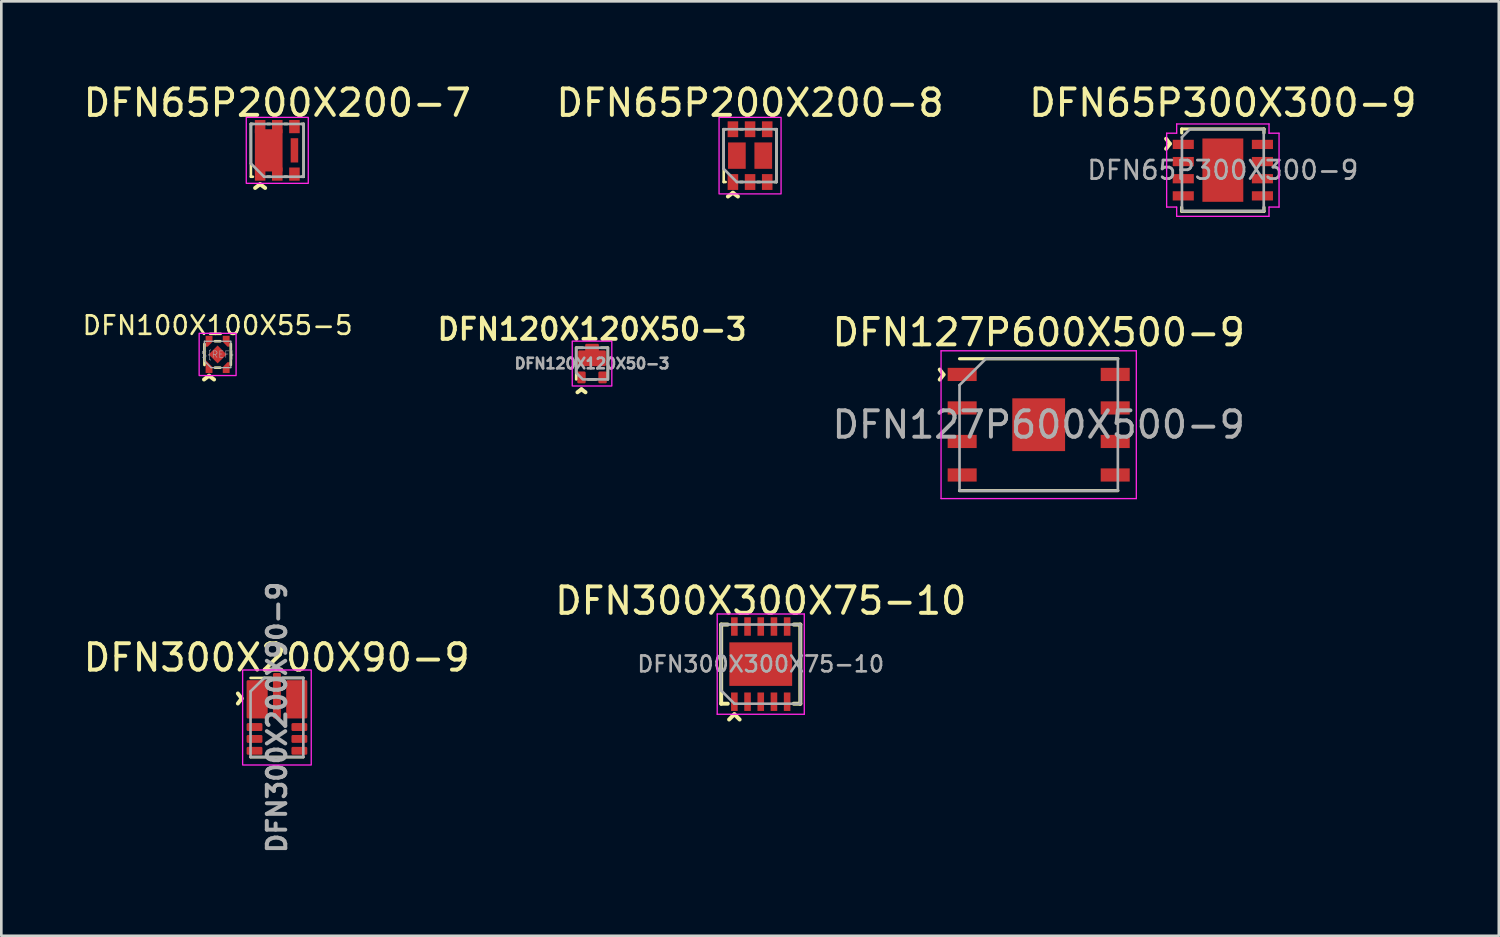
<source format=kicad_pcb>
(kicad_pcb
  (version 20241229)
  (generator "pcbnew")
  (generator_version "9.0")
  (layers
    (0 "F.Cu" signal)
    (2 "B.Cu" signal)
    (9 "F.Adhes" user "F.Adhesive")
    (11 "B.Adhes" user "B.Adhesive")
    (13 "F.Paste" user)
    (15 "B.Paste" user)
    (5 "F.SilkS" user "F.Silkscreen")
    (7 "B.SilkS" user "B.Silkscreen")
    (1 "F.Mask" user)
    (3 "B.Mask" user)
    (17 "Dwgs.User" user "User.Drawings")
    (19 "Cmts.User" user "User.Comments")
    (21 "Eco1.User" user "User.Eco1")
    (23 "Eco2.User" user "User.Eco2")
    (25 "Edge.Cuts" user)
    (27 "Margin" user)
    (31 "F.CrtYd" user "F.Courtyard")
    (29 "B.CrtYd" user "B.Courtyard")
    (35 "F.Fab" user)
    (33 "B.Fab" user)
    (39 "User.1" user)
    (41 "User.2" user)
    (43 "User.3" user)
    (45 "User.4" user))
  (footprint "DFN300X200X90-9"
    (layer "F.Cu")
    (at 7.445 24.141)
    (property "Reference" "DFN300X200X90-9" (at -0.01 -2.27 0) (unlocked yes) (layer "F.SilkS") (effects (font (size 1 1) (thickness 0.15))))
    (attr smd)
    (fp_line (start -0.22 -1.5) (end -1 -1.5) (stroke (width 0.1) (type solid)) (layer "F.SilkS"))
    (fp_line (start 0.22 -1.5) (end 1 -1.5) (stroke (width 0.1) (type solid)) (layer "F.SilkS"))
    (fp_line (start 1 1.5) (end -1 1.5) (stroke (width 0.1) (type solid)) (layer "F.SilkS"))
    (fp_rect (start -1.3 -1.8) (end 1.3 1.8) (stroke (width 0.05) (type solid)) (fill no) (layer "F.CrtYd"))
    (fp_line (start -1 -0.99) (end -1 1.5) (stroke (width 0.1) (type solid)) (layer "F.Fab"))
    (fp_line (start -1 1.5) (end 1 1.5) (stroke (width 0.1) (type solid)) (layer "F.Fab"))
    (fp_line (start -0.48 -1.5) (end -1 -0.99) (stroke (width 0.1) (type solid)) (layer "F.Fab"))
    (fp_line (start 1 -1.5) (end -0.48 -1.5) (stroke (width 0.1) (type solid)) (layer "F.Fab"))
    (fp_line (start 1 1.5) (end 1 -1.5) (stroke (width 0.1) (type solid)) (layer "F.Fab"))
    (fp_text user "^" (at -1.93 -0.72 270) (unlocked yes) (layer "F.SilkS") (effects (font (size 1 1) (thickness 0.15))))
    (fp_text user "${REFERENCE}" (at 0 0 90) (unlocked yes) (layer "F.Fab") (effects (font (size 0.7 0.7) (thickness 0.15))))
    (pad "1" smd roundrect (at -0.75 -0.688) (size 0.8 1.45) (layers "F.Cu" "F.Mask" "F.Paste") (roundrect_rratio 0.062))
    (pad "2" smd roundrect (at -0.85 0.362) (size 0.6 0.3) (layers "F.Cu" "F.Mask" "F.Paste") (roundrect_rratio 0.167))
    (pad "3" smd roundrect (at -0.85 0.812) (size 0.6 0.3) (layers "F.Cu" "F.Mask" "F.Paste") (roundrect_rratio 0.167))
    (pad "4" smd roundrect (at -0.85 1.262) (size 0.6 0.3) (layers "F.Cu" "F.Mask" "F.Paste") (roundrect_rratio 0.167))
    (pad "5" smd roundrect (at 0.85 1.262) (size 0.6 0.3) (layers "F.Cu" "F.Mask" "F.Paste") (roundrect_rratio 0.167))
    (pad "6" smd roundrect (at 0.85 0.812) (size 0.6 0.3) (layers "F.Cu" "F.Mask" "F.Paste") (roundrect_rratio 0.167))
    (pad "7" smd roundrect (at 0.85 0.362) (size 0.6 0.3) (layers "F.Cu" "F.Mask" "F.Paste") (roundrect_rratio 0.167))
    (pad "8" smd roundrect (at 0.75 -0.688) (size 0.8 1.45) (layers "F.Cu" "F.Mask" "F.Paste") (roundrect_rratio 0.062))
    (pad "9" smd roundrect (at 0 -0.825) (size 0.3 1.725) (layers "F.Cu" "F.Mask" "F.Paste") (roundrect_rratio 0.167)))
  (footprint "DFN127P600X500-9"
    (layer "F.Cu")
    (at 36.313 13.045)
    (property "Reference" "DFN127P600X500-9" (at 0 -3.5 0) (layer "F.SilkS") (effects (font (size 1 1) (thickness 0.15))))
    (attr smd)
    (fp_line (start -3 -2.5) (end 3 -2.5) (stroke (width 0.12) (type solid)) (layer "F.SilkS"))
    (fp_line (start -3 2.5) (end 3 2.5) (stroke (width 0.12) (type solid)) (layer "F.SilkS"))
    (fp_line (start -3.7 -2.8) (end 3.7 -2.8) (stroke (width 0.05) (type solid)) (layer "F.CrtYd"))
    (fp_line (start -3.7 2.8) (end -3.7 -2.8) (stroke (width 0.05) (type solid)) (layer "F.CrtYd"))
    (fp_line (start 3.7 -2.8) (end 3.7 2.8) (stroke (width 0.05) (type solid)) (layer "F.CrtYd"))
    (fp_line (start 3.7 2.8) (end -3.7 2.8) (stroke (width 0.05) (type solid)) (layer "F.CrtYd"))
    (fp_line (start -3 2.5) (end -3 -1.5) (stroke (width 0.1) (type solid)) (layer "F.Fab"))
    (fp_line (start -2 -2.5) (end -3 -1.5) (stroke (width 0.1) (type solid)) (layer "F.Fab"))
    (fp_line (start -2 -2.5) (end 3 -2.5) (stroke (width 0.1) (type solid)) (layer "F.Fab"))
    (fp_line (start 3 -2.5) (end 3 2.5) (stroke (width 0.1) (type solid)) (layer "F.Fab"))
    (fp_line (start 3 2.5) (end -3 2.5) (stroke (width 0.1) (type solid)) (layer "F.Fab"))
    (fp_text user "^" (at -4.2 -1.9 270) (unlocked yes) (layer "F.SilkS") (effects (font (size 1 1) (thickness 0.15))))
    (fp_text user "${REFERENCE}" (at 0 0 0) (layer "F.Fab") (effects (font (size 1 1) (thickness 0.15))))
    (pad "" smd rect (at -0.5 -0.5 270) (size 0.8 0.8) (layers "F.Paste"))
    (pad "" smd rect (at -0.5 0.5 270) (size 0.8 0.8) (layers "F.Paste"))
    (pad "" smd rect (at 0.5 -0.5 270) (size 0.8 0.8) (layers "F.Paste"))
    (pad "" smd rect (at 0.5 0.5 270) (size 0.8 0.8) (layers "F.Paste"))
    (pad "1" smd rect (at -2.9 -1.905 270) (size 0.5 1.1) (layers "F.Cu" "F.Mask" "F.Paste"))
    (pad "2" smd rect (at -2.9 -0.635 270) (size 0.5 1.1) (layers "F.Cu" "F.Mask" "F.Paste"))
    (pad "3" smd rect (at -2.9 0.635 270) (size 0.5 1.1) (layers "F.Cu" "F.Mask" "F.Paste"))
    (pad "4" smd rect (at -2.9 1.905 270) (size 0.5 1.1) (layers "F.Cu" "F.Mask" "F.Paste"))
    (pad "5" smd rect (at 2.9 1.905 270) (size 0.5 1.1) (layers "F.Cu" "F.Mask" "F.Paste"))
    (pad "6" smd rect (at 2.9 0.635 270) (size 0.5 1.1) (layers "F.Cu" "F.Mask" "F.Paste"))
    (pad "7" smd rect (at 2.9 -0.635 270) (size 0.5 1.1) (layers "F.Cu" "F.Mask" "F.Paste"))
    (pad "8" smd rect (at 2.9 -1.905 270) (size 0.5 1.1) (layers "F.Cu" "F.Mask" "F.Paste"))
    (pad "9" smd rect (at 0 0 270) (size 2 2) (layers "F.Cu" "F.Mask")))
  (footprint "DFN65P300X300-9"
    (layer "F.Cu")
    (at 43.292 3.398)
    (property "Reference" "DFN65P300X300-9" (at 0 -2.55 0) (layer "F.SilkS") (effects (font (size 1 1) (thickness 0.15))))
    (attr smd)
    (fp_line (start -1.56 -1.56) (end -1.56 -1.41) (stroke (width 0.12) (type solid)) (layer "F.SilkS"))
    (fp_line (start -1.56 -1.56) (end 1.56 -1.56) (stroke (width 0.12) (type solid)) (layer "F.SilkS"))
    (fp_line (start -1.56 1.56) (end -1.56 1.41) (stroke (width 0.12) (type solid)) (layer "F.SilkS"))
    (fp_line (start -1.56 1.56) (end 1.56 1.56) (stroke (width 0.12) (type solid)) (layer "F.SilkS"))
    (fp_line (start 1.56 -1.56) (end 1.56 -1.41) (stroke (width 0.12) (type solid)) (layer "F.SilkS"))
    (fp_line (start 1.56 1.56) (end 1.56 1.41) (stroke (width 0.12) (type solid)) (layer "F.SilkS"))
    (fp_line (start -2.13 -1.4) (end -2.13 1.4) (stroke (width 0.05) (type solid)) (layer "F.CrtYd"))
    (fp_line (start -1.75 -1.75) (end -1.75 -1.4) (stroke (width 0.05) (type solid)) (layer "F.CrtYd"))
    (fp_line (start -1.75 -1.75) (end 1.75 -1.75) (stroke (width 0.05) (type solid)) (layer "F.CrtYd"))
    (fp_line (start -1.75 -1.4) (end -2.13 -1.4) (stroke (width 0.05) (type solid)) (layer "F.CrtYd"))
    (fp_line (start -1.75 1.4) (end -2.13 1.4) (stroke (width 0.05) (type solid)) (layer "F.CrtYd"))
    (fp_line (start -1.75 1.75) (end -1.75 1.4) (stroke (width 0.05) (type solid)) (layer "F.CrtYd"))
    (fp_line (start -1.75 1.75) (end 1.75 1.75) (stroke (width 0.05) (type solid)) (layer "F.CrtYd"))
    (fp_line (start 1.75 -1.75) (end 1.75 -1.4) (stroke (width 0.05) (type solid)) (layer "F.CrtYd"))
    (fp_line (start 1.75 -1.4) (end 2.13 -1.4) (stroke (width 0.05) (type solid)) (layer "F.CrtYd"))
    (fp_line (start 1.75 1.4) (end 2.13 1.4) (stroke (width 0.05) (type solid)) (layer "F.CrtYd"))
    (fp_line (start 1.75 1.75) (end 1.75 1.4) (stroke (width 0.05) (type solid)) (layer "F.CrtYd"))
    (fp_line (start 2.13 -1.4) (end 2.13 1.4) (stroke (width 0.05) (type solid)) (layer "F.CrtYd"))
    (fp_line (start -1.55 -1.25) (end -1.55 1.55) (stroke (width 0.1) (type solid)) (layer "F.Fab"))
    (fp_line (start -1.55 1.55) (end 1.55 1.55) (stroke (width 0.1) (type solid)) (layer "F.Fab"))
    (fp_line (start -1.25 -1.55) (end -1.55 -1.25) (stroke (width 0.1) (type solid)) (layer "F.Fab"))
    (fp_line (start 1.55 -1.55) (end -1.25 -1.55) (stroke (width 0.1) (type solid)) (layer "F.Fab"))
    (fp_line (start 1.55 1.55) (end 1.55 -1.55) (stroke (width 0.1) (type solid)) (layer "F.Fab"))
    (fp_text user "^" (at -2.6 -1 270) (unlocked yes) (layer "F.SilkS") (effects (font (size 1 1) (thickness 0.15))))
    (fp_text user "${REFERENCE}" (at 0 0 0) (layer "F.Fab") (effects (font (size 0.7 0.7) (thickness 0.105))))
    (pad "" smd rect (at -0.45 -0.675) (size 0.6 1) (layers "F.Paste"))
    (pad "" smd rect (at -0.45 0.675) (size 0.6 1) (layers "F.Paste"))
    (pad "" smd rect (at 0.45 -0.675) (size 0.6 1) (layers "F.Paste"))
    (pad "" smd rect (at 0.45 0.675) (size 0.6 1) (layers "F.Paste"))
    (pad "1" smd rect (at -1.5 -0.975) (size 0.8 0.35) (layers "F.Cu" "F.Mask" "F.Paste"))
    (pad "2" smd rect (at -1.5 -0.325) (size 0.8 0.35) (layers "F.Cu" "F.Mask" "F.Paste"))
    (pad "3" smd rect (at -1.5 0.325) (size 0.8 0.35) (layers "F.Cu" "F.Mask" "F.Paste"))
    (pad "4" smd rect (at -1.5 0.975) (size 0.8 0.35) (layers "F.Cu" "F.Mask" "F.Paste"))
    (pad "5" smd rect (at 1.5 0.975) (size 0.8 0.35) (layers "F.Cu" "F.Mask" "F.Paste"))
    (pad "6" smd rect (at 1.5 0.325) (size 0.8 0.35) (layers "F.Cu" "F.Mask" "F.Paste"))
    (pad "7" smd rect (at 1.5 -0.325) (size 0.8 0.35) (layers "F.Cu" "F.Mask" "F.Paste"))
    (pad "8" smd rect (at 1.5 -0.975) (size 0.8 0.35) (layers "F.Cu" "F.Mask" "F.Paste"))
    (pad "9" smd rect (at 0 0) (size 1.55 2.4) (layers "F.Cu" "F.Mask")))
  (footprint "DFN65P200X200-7"
    (layer "F.Cu")
    (at 7.458 2.648)
    (property "Reference" "DFN65P200X200-7" (at 0 -1.8 0) (unlocked yes) (layer "F.SilkS") (effects (font (size 1 1) (thickness 0.15))))
    (attr smd)
    (fp_line (start -1 -1) (end -1 1) (stroke (width 0.1) (type solid)) (layer "F.SilkS"))
    (fp_line (start -1 1) (end -0.925 1) (stroke (width 0.1) (type solid)) (layer "F.SilkS"))
    (fp_line (start -0.925 -1) (end -1 -1) (stroke (width 0.1) (type solid)) (layer "F.SilkS"))
    (fp_line (start -0.375 1) (end -0.275 1) (stroke (width 0.1) (type solid)) (layer "F.SilkS"))
    (fp_line (start -0.275 -1) (end -0.375 -1) (stroke (width 0.1) (type solid)) (layer "F.SilkS"))
    (fp_line (start 0.375 -1) (end 0.275 -1) (stroke (width 0.1) (type solid)) (layer "F.SilkS"))
    (fp_line (start 0.375 1) (end 0.275 1) (stroke (width 0.1) (type solid)) (layer "F.SilkS"))
    (fp_line (start 1 -1) (end 0.925 -1) (stroke (width 0.1) (type solid)) (layer "F.SilkS"))
    (fp_line (start 1 -1) (end 1 1) (stroke (width 0.1) (type solid)) (layer "F.SilkS"))
    (fp_line (start 1 1) (end 0.925 1) (stroke (width 0.1) (type solid)) (layer "F.SilkS"))
    (fp_rect (start -0.775 -0.35) (end 0.125 0.35) (stroke (width 0.1) (type solid)) (fill yes) (layer "F.Paste"))
    (fp_rect (start -1.175 -1.25) (end 1.175 1.25) (stroke (width 0.05) (type solid)) (fill no) (layer "F.CrtYd"))
    (fp_line (start -1 -1) (end -1 0.5) (stroke (width 0.1) (type solid)) (layer "F.Fab"))
    (fp_line (start -1 -1) (end 1 -1) (stroke (width 0.1) (type solid)) (layer "F.Fab"))
    (fp_line (start -1 0.5) (end -0.5 1) (stroke (width 0.1) (type solid)) (layer "F.Fab"))
    (fp_line (start 1 -1) (end 1 1) (stroke (width 0.1) (type solid)) (layer "F.Fab"))
    (fp_line (start 1 1) (end -0.5 1) (stroke (width 0.1) (type solid)) (layer "F.Fab"))
    (fp_text user "^" (at -0.65 1.875 0) (unlocked yes) (layer "F.SilkS") (effects (font (size 1 1) (thickness 0.15))))
    (pad "1" smd rect (at -0.65 0.9) (size 0.4 0.5) (layers "F.Cu" "F.Mask" "F.Paste"))
    (pad "1" smd rect (at -0.325 0) (size 1.05 1.6) (layers "F.Cu" "F.Mask"))
    (pad "2" smd rect (at 0 0.9) (size 0.4 0.5) (layers "F.Cu" "F.Mask" "F.Paste"))
    (pad "3" smd rect (at 0.65 0.9) (size 0.4 0.5) (layers "F.Cu" "F.Mask" "F.Paste"))
    (pad "4" smd rect (at 0.65 -0.9) (size 0.4 0.5) (layers "F.Cu" "F.Mask" "F.Paste"))
    (pad "5" smd rect (at 0 -0.9) (size 0.4 0.5) (layers "F.Cu" "F.Mask" "F.Paste"))
    (pad "6" smd rect (at -0.65 -0.9) (size 0.4 0.5) (layers "F.Cu" "F.Mask" "F.Paste"))
    (pad "S" smd rect (at 0.65 0) (size 0.285 0.92) (layers "F.Cu" "F.Mask" "F.Paste")))
  (footprint "DFN65P200X200-8"
    (layer "F.Cu")
    (at 25.375 2.848)
    (property "Reference" "DFN65P200X200-8" (at 0 -2 0) (unlocked yes) (layer "F.SilkS") (effects (font (size 1 1) (thickness 0.15))))
    (attr smd)
    (fp_line (start -1 -1) (end -1 1) (stroke (width 0.1) (type solid)) (layer "F.SilkS"))
    (fp_line (start -1 1) (end -0.925 1) (stroke (width 0.1) (type solid)) (layer "F.SilkS"))
    (fp_line (start -0.925 -1) (end -1 -1) (stroke (width 0.1) (type solid)) (layer "F.SilkS"))
    (fp_line (start -0.375 1) (end -0.275 1) (stroke (width 0.1) (type solid)) (layer "F.SilkS"))
    (fp_line (start -0.275 -1) (end -0.375 -1) (stroke (width 0.1) (type solid)) (layer "F.SilkS"))
    (fp_line (start 0.375 -1) (end 0.275 -1) (stroke (width 0.1) (type solid)) (layer "F.SilkS"))
    (fp_line (start 0.375 1) (end 0.275 1) (stroke (width 0.1) (type solid)) (layer "F.SilkS"))
    (fp_line (start 1 -1) (end 0.925 -1) (stroke (width 0.1) (type solid)) (layer "F.SilkS"))
    (fp_line (start 1 -1) (end 1 1) (stroke (width 0.1) (type solid)) (layer "F.SilkS"))
    (fp_line (start 1 1) (end 0.925 1) (stroke (width 0.1) (type solid)) (layer "F.SilkS"))
    (fp_rect (start -1.175 -1.45) (end 1.175 1.45) (stroke (width 0.05) (type solid)) (fill no) (layer "F.CrtYd"))
    (fp_line (start -1 -1) (end -1 0.5) (stroke (width 0.1) (type solid)) (layer "F.Fab"))
    (fp_line (start -1 -1) (end 1 -1) (stroke (width 0.1) (type solid)) (layer "F.Fab"))
    (fp_line (start -1 0.5) (end -0.5 1) (stroke (width 0.1) (type solid)) (layer "F.Fab"))
    (fp_line (start 1 -1) (end 1 1) (stroke (width 0.1) (type solid)) (layer "F.Fab"))
    (fp_line (start 1 1) (end -0.5 1) (stroke (width 0.1) (type solid)) (layer "F.Fab"))
    (fp_text user "^" (at -0.65 2 0) (unlocked yes) (layer "F.SilkS") (effects (font (size 1 1) (thickness 0.15))))
    (pad "1" smd rect (at -0.65 1) (size 0.4 0.6) (layers "F.Cu" "F.Mask" "F.Paste"))
    (pad "2" smd rect (at 0 1) (size 0.4 0.6) (layers "F.Cu" "F.Mask" "F.Paste"))
    (pad "3" smd rect (at 0.65 1) (size 0.4 0.6) (layers "F.Cu" "F.Mask" "F.Paste"))
    (pad "4" smd rect (at 0.65 -1) (size 0.4 0.6) (layers "F.Cu" "F.Mask" "F.Paste"))
    (pad "5" smd rect (at 0 -1) (size 0.4 0.6) (layers "F.Cu" "F.Mask" "F.Paste"))
    (pad "6" smd rect (at -0.65 -1) (size 0.4 0.6) (layers "F.Cu" "F.Mask" "F.Paste"))
    (pad "7" smd rect (at -0.5 0) (size 0.67 1) (layers "F.Cu" "F.Mask" "F.Paste"))
    (pad "8" smd rect (at 0.5 0) (size 0.67 1) (layers "F.Cu" "F.Mask" "F.Paste")))
  (footprint "DFN300X300X75-10"
    (layer "F.Cu")
    (at 25.78 22.118)
    (property "Reference" "DFN300X300X75-10" (at 0 -2.4 0) (layer "F.SilkS") (effects (font (size 1 1) (thickness 0.15))))
    (attr smd)
    (fp_line (start -1.5 -1.5) (end -1.5 1.5) (stroke (width 0.15) (type solid)) (layer "F.SilkS"))
    (fp_line (start -1.5 1.5) (end -1.25 1.5) (stroke (width 0.15) (type solid)) (layer "F.SilkS"))
    (fp_line (start -1.25 -1.5) (end -1.5 -1.5) (stroke (width 0.15) (type solid)) (layer "F.SilkS"))
    (fp_line (start -1 1.9) (end -1.2 2.1) (stroke (width 0.15) (type solid)) (layer "F.SilkS"))
    (fp_line (start -1 1.9) (end -0.8 2.1) (stroke (width 0.15) (type solid)) (layer "F.SilkS"))
    (fp_line (start 1.25 1.5) (end 1.5 1.5) (stroke (width 0.15) (type solid)) (layer "F.SilkS"))
    (fp_line (start 1.5 -1.5) (end 1.25 -1.5) (stroke (width 0.15) (type solid)) (layer "F.SilkS"))
    (fp_line (start 1.5 1.5) (end 1.5 -1.5) (stroke (width 0.15) (type solid)) (layer "F.SilkS"))
    (fp_line (start -1.65 -1.9) (end 1.65 -1.9) (stroke (width 0.05) (type solid)) (layer "F.CrtYd"))
    (fp_line (start -1.65 1.9) (end -1.65 -1.9) (stroke (width 0.05) (type solid)) (layer "F.CrtYd"))
    (fp_line (start 1.65 -1.9) (end 1.65 1.9) (stroke (width 0.05) (type solid)) (layer "F.CrtYd"))
    (fp_line (start 1.65 1.9) (end -1.65 1.9) (stroke (width 0.05) (type solid)) (layer "F.CrtYd"))
    (fp_line (start -1.5 -1.5) (end 1.5 -1.5) (stroke (width 0.1) (type solid)) (layer "F.Fab"))
    (fp_line (start -1.5 1) (end -1.5 -1.5) (stroke (width 0.1) (type solid)) (layer "F.Fab"))
    (fp_line (start -1 1.5) (end -1.5 1) (stroke (width 0.1) (type solid)) (layer "F.Fab"))
    (fp_line (start 1.5 -1.5) (end 1.5 1.5) (stroke (width 0.1) (type solid)) (layer "F.Fab"))
    (fp_line (start 1.5 1.5) (end -1 1.5) (stroke (width 0.1) (type solid)) (layer "F.Fab"))
    (fp_text user "${REFERENCE}" (at 0 0 0) (unlocked yes) (layer "F.Fab") (effects (font (size 0.6 0.6) (thickness 0.1))))
    (pad "1" smd rect (at -1 1.425) (size 0.25 0.7) (layers "F.Cu" "F.Mask" "F.Paste"))
    (pad "2" smd rect (at -0.5 1.425) (size 0.25 0.7) (layers "F.Cu" "F.Mask" "F.Paste"))
    (pad "3" smd rect (at 0 1.425) (size 0.25 0.7) (layers "F.Cu" "F.Mask" "F.Paste"))
    (pad "4" smd rect (at 0.5 1.425) (size 0.25 0.7) (layers "F.Cu" "F.Mask" "F.Paste"))
    (pad "5" smd rect (at 1 1.425) (size 0.25 0.7) (layers "F.Cu" "F.Mask" "F.Paste"))
    (pad "6" smd rect (at 1 -1.425) (size 0.25 0.7) (layers "F.Cu" "F.Mask" "F.Paste"))
    (pad "7" smd rect (at 0.5 -1.425) (size 0.25 0.7) (layers "F.Cu" "F.Mask" "F.Paste"))
    (pad "8" smd rect (at 0 -1.425) (size 0.25 0.7) (layers "F.Cu" "F.Mask" "F.Paste"))
    (pad "9" smd rect (at -0.5 -1.425) (size 0.25 0.7) (layers "F.Cu" "F.Mask" "F.Paste"))
    (pad "10" smd rect (at -1 -1.425) (size 0.25 0.7) (layers "F.Cu" "F.Mask" "F.Paste"))
    (pad "11" smd rect (at 0 0) (size 2.38 1.65) (layers "F.Cu" "F.Mask" "F.Paste")))
  (footprint "DFN120X120X50-3"
    (layer "F.Cu")
    (at 19.386 10.728)
    (property "Reference" "DFN120X120X50-3" (at 0 -1.3 0) (layer "F.SilkS") (effects (font (size 0.8 0.8) (thickness 0.15))))
    (attr smd)
    (fp_line (start -0.6 -0.6) (end -0.6 0.6) (stroke (width 0.1) (type solid)) (layer "F.SilkS"))
    (fp_line (start -0.35 -0.6) (end -0.6 -0.6) (stroke (width 0.1) (type solid)) (layer "F.SilkS"))
    (fp_line (start 0.15 0.6) (end -0.15 0.6) (stroke (width 0.1) (type solid)) (layer "F.SilkS"))
    (fp_line (start 0.35 -0.6) (end 0.6 -0.6) (stroke (width 0.1) (type solid)) (layer "F.SilkS"))
    (fp_line (start 0.6 -0.6) (end 0.6 0.6) (stroke (width 0.1) (type solid)) (layer "F.SilkS"))
    (fp_rect (start -0.75 -0.85) (end 0.75 0.85) (stroke (width 0.05) (type solid)) (fill no) (layer "F.CrtYd"))
    (fp_poly (pts (xy -0.6 0.35) (xy -0.6 -0.6) (xy 0.6 -0.6) (xy 0.6 0.6) (xy -0.35 0.6)) (stroke (width 0.1) (type solid)) (fill no) (layer "F.Fab"))
    (fp_text user "^" (at -0.4 1.45 0) (unlocked yes) (layer "F.SilkS") (effects (font (size 0.8 0.8) (thickness 0.15))))
    (fp_text user "${REFERENCE}" (at 0 0 0) (layer "F.Fab") (effects (font (size 0.4 0.4) (thickness 0.1) (bold yes))))
    (pad "" smd roundrect (at 0 -0.25) (size 1.05 0.5) (layers "F.Paste") (roundrect_rratio 0.1))
    (pad "1" smd roundrect (at -0.4 0.525) (size 0.32 0.45) (layers "F.Cu" "F.Mask" "F.Paste") (roundrect_rratio 0.156))
    (pad "2" smd roundrect (at 0.4 0.525) (size 0.32 0.45) (layers "F.Cu" "F.Mask" "F.Paste") (roundrect_rratio 0.156))
    (pad "3" smd roundrect (at 0 -0.45) (size 0.52 0.6) (layers "F.Cu" "F.Mask" "F.Paste") (roundrect_rratio 0.096))
    (pad "3" smd roundrect (at 0 -0.2) (size 1.05 0.6) (layers "F.Cu" "F.Mask") (roundrect_rratio 0.083)))
  (footprint "DFN100X100X55-5"
    (layer "F.Cu")
    (at 5.197 10.382)
    (property "Reference" "DFN100X100X55-5" (at 0 -1.1 0) (unlocked yes) (layer "F.SilkS") (effects (font (size 0.7 0.7) (thickness 0.1))))
    (attr smd)
    (fp_line (start -0.5 0.4) (end -0.5 -0.4) (stroke (width 0.1) (type solid)) (layer "F.SilkS"))
    (fp_line (start -0.1 -0.5) (end 0.1 -0.5) (stroke (width 0.1) (type solid)) (layer "F.SilkS"))
    (fp_line (start -0.1 0.5) (end 0.1 0.5) (stroke (width 0.1) (type solid)) (layer "F.SilkS"))
    (fp_line (start 0.5 0.4) (end 0.5 -0.4) (stroke (width 0.1) (type solid)) (layer "F.SilkS"))
    (fp_rect (start -0.7 -0.8) (end 0.7 0.8) (stroke (width 0.05) (type solid)) (fill no) (layer "F.CrtYd"))
    (fp_line (start -0.5 -0.5) (end 0.5 -0.5) (stroke (width 0.05) (type solid)) (layer "F.Fab"))
    (fp_line (start -0.5 0.25) (end -0.5 -0.5) (stroke (width 0.05) (type solid)) (layer "F.Fab"))
    (fp_line (start -0.5 0.25) (end -0.25 0.5) (stroke (width 0.05) (type solid)) (layer "F.Fab"))
    (fp_line (start -0.25 0.5) (end 0.5 0.5) (stroke (width 0.05) (type solid)) (layer "F.Fab"))
    (fp_line (start 0.5 -0.5) (end 0.5 0.5) (stroke (width 0.05) (type solid)) (layer "F.Fab"))
    (fp_text user "^" (at -0.325 1.4 0) (unlocked yes) (layer "F.SilkS") (effects (font (size 1 1) (thickness 0.15))))
    (fp_text user "${REF}" (at 0 0 0) (unlocked yes) (layer "F.Fab") (effects (font (size 0.25 0.25) (thickness 0.02))))
    (pad "1" smd custom (at -0.325 0.5 180) (size 0.1 0.1) (layers "F.Cu" "F.Mask" "F.Paste") (options (anchor rect)) (primitives (gr_poly (pts (xy 0.125 -0.2) (xy -0.125 -0.2) (xy -0.125 0.02) (xy 0.125 0.27)) (width 0.01) (fill yes))))
    (pad "2" smd custom (at 0.325 0.5 180) (size 0.1 0.1) (layers "F.Cu" "F.Mask" "F.Paste") (options (anchor rect)) (primitives (gr_poly (pts (xy -0.125 -0.2) (xy 0.125 -0.2) (xy 0.125 0.02) (xy -0.05 0.2) (xy -0.125 0.2)) (width 0.01) (fill yes))))
    (pad "3" smd custom (at 0.325 -0.5) (size 0.1 0.1) (layers "F.Cu" "F.Mask" "F.Paste") (options (anchor rect)) (primitives (gr_poly (pts (xy 0.125 -0.2) (xy -0.125 -0.2) (xy -0.125 0.02) (xy 0.05 0.2) (xy 0.125 0.2)) (width 0.01) (fill yes))))
    (pad "4" smd custom (at -0.325 -0.5) (size 0.1 0.1) (layers "F.Cu" "F.Mask" "F.Paste") (options (anchor rect)) (primitives (gr_poly (pts (xy -0.125 -0.2) (xy 0.125 -0.2) (xy 0.125 0.02) (xy -0.05 0.2) (xy -0.125 0.2)) (width 0.01) (fill yes))))
    (pad "5" smd rect (at 0 0 45) (size 0.48 0.48) (layers "F.Cu" "F.Mask" "F.Paste")))
  (gr_rect
    (start -3 -3)
    (end 53.75 32.413)
    (stroke (width 0.1) (type default))
    (fill no)
    (layer "Edge.Cuts")))
</source>
